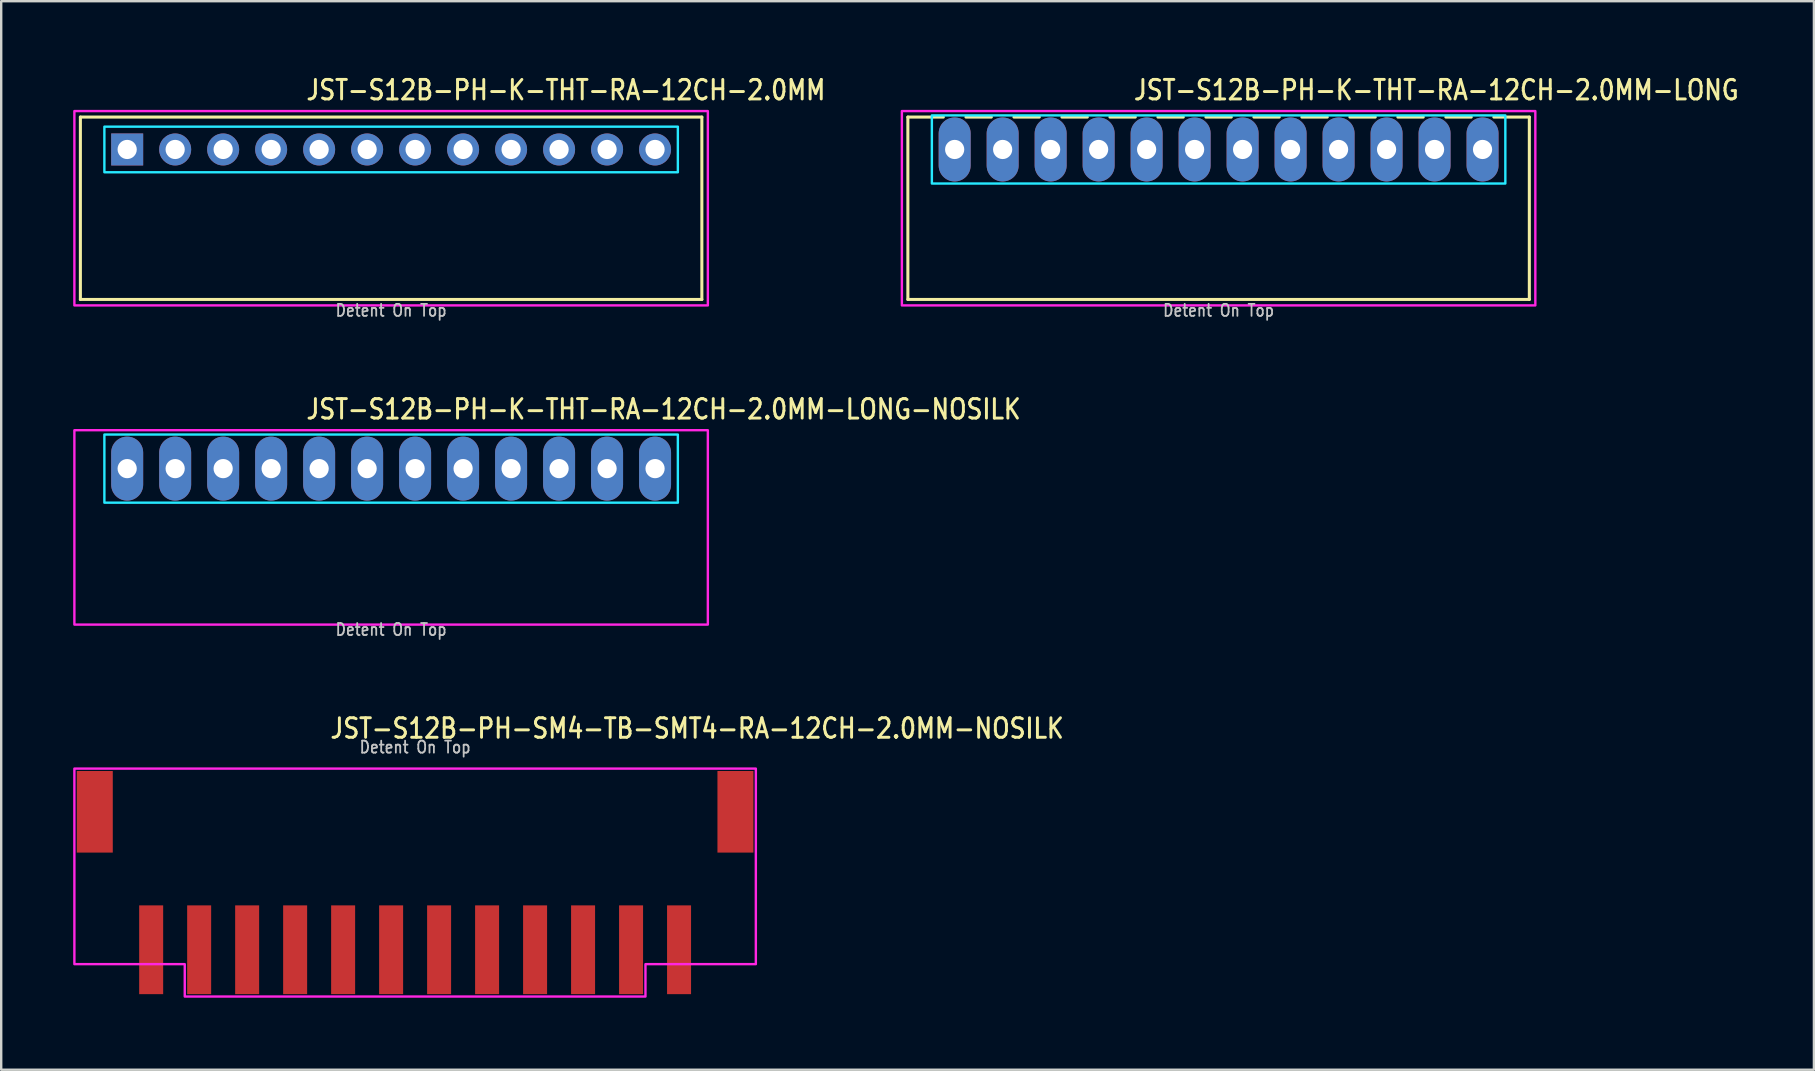
<source format=kicad_pcb>
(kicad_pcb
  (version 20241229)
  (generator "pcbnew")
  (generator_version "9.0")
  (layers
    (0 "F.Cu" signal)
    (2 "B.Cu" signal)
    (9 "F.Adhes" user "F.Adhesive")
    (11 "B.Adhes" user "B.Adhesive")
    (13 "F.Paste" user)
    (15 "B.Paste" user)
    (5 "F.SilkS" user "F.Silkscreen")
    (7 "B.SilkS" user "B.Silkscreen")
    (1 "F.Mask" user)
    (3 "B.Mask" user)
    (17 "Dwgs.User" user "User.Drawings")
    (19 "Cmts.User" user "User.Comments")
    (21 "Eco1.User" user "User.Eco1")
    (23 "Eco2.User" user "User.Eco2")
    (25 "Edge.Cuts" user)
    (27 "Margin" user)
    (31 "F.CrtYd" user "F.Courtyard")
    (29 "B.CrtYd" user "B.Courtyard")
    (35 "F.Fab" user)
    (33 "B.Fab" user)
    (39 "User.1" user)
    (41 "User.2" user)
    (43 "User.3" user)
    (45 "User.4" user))
  (footprint "JST-S12B-PH-SM4-TB-SMT4-RA-12CH-2.0MM-NOSILK"
    (layer "F.Cu")
    (at 14.25 30.782)
    (property "Reference" "JST-S12B-PH-SM4-TB-SMT4-RA-12CH-2.0MM-NOSILK" (at -3.6 -3 0) (unlocked yes) (layer "F.SilkS") (effects (font (size 0.813 0.695) (thickness 0.122)) (justify left bottom)))
    (fp_poly (pts (xy -14.2 -1.8) (xy -14.2 6.35) (xy -9.6 6.35) (xy -9.6 7.7) (xy 9.6 7.7) (xy 9.6 6.35) (xy 14.2 6.35) (xy 14.2 -1.8)) (stroke (width 0.1) (type solid)) (fill no) (layer "F.CrtYd"))
    (fp_text user "Detent On Top" (at 0 -2.4 0) (unlocked yes) (layer "Dwgs.User") (effects (font (size 0.5 0.427) (thickness 0.075)) (justify bottom)))
    (pad "P$1" smd rect (at 11 5.75) (size 1 3.7) (layers "F.Cu" "F.Mask" "F.Paste"))
    (pad "P$2" smd rect (at 9 5.75) (size 1 3.7) (layers "F.Cu" "F.Mask" "F.Paste"))
    (pad "P$3" smd rect (at 7 5.75) (size 1 3.7) (layers "F.Cu" "F.Mask" "F.Paste"))
    (pad "P$4" smd rect (at 5 5.75) (size 1 3.7) (layers "F.Cu" "F.Mask" "F.Paste"))
    (pad "P$5" smd rect (at 3 5.75) (size 1 3.7) (layers "F.Cu" "F.Mask" "F.Paste"))
    (pad "P$6" smd rect (at 1 5.75) (size 1 3.7) (layers "F.Cu" "F.Mask" "F.Paste"))
    (pad "P$7" smd rect (at -1 5.75) (size 1 3.7) (layers "F.Cu" "F.Mask" "F.Paste"))
    (pad "P$8" smd rect (at -3 5.75) (size 1 3.7) (layers "F.Cu" "F.Mask" "F.Paste"))
    (pad "P$9" smd rect (at -5 5.75) (size 1 3.7) (layers "F.Cu" "F.Mask" "F.Paste"))
    (pad "P$10" smd rect (at -7 5.75) (size 1 3.7) (layers "F.Cu" "F.Mask" "F.Paste"))
    (pad "P$11" smd rect (at -9 5.75) (size 1 3.7) (layers "F.Cu" "F.Mask" "F.Paste"))
    (pad "P$12" smd rect (at -11 5.75) (size 1 3.7) (layers "F.Cu" "F.Mask" "F.Paste"))
    (pad "S$1" smd rect (at -13.35 0) (size 1.5 3.4) (layers "F.Cu" "F.Mask" "F.Paste"))
    (pad "S$2" smd rect (at 13.35 0) (size 1.5 3.4) (layers "F.Cu" "F.Mask" "F.Paste")))
  (footprint "JST-S12B-PH-K-THT-RA-12CH-2.0MM"
    (layer "F.Cu")
    (at 13.25 3.179)
    (property "Reference" "JST-S12B-PH-K-THT-RA-12CH-2.0MM" (at -3.6 -2 0) (unlocked yes) (layer "F.SilkS") (effects (font (size 0.813 0.695) (thickness 0.122)) (justify left bottom)))
    (fp_line (start -12.95 -1.35) (end 12.95 -1.35) (stroke (width 0.127) (type solid)) (layer "F.SilkS"))
    (fp_line (start -12.95 6.25) (end -12.95 -1.35) (stroke (width 0.127) (type solid)) (layer "F.SilkS"))
    (fp_line (start -12.95 6.25) (end 12.95 6.25) (stroke (width 0.127) (type solid)) (layer "F.SilkS"))
    (fp_line (start 12.95 -1.35) (end 12.95 6.25) (stroke (width 0.127) (type solid)) (layer "F.SilkS"))
    (fp_poly (pts (xy -11.95 -0.95) (xy -11.95 0.95) (xy 11.95 0.95) (xy 11.95 -0.95)) (stroke (width 0.1) (type solid)) (fill no) (layer "B.CrtYd"))
    (fp_poly (pts (xy -13.2 -1.6) (xy -13.2 6.5) (xy 13.2 6.5) (xy 13.2 -1.6)) (stroke (width 0.1) (type solid)) (fill no) (layer "F.CrtYd"))
    (fp_text user "Detent On Top" (at 0 7 0) (unlocked yes) (layer "Dwgs.User") (effects (font (size 0.5 0.427) (thickness 0.075)) (justify bottom)))
    (pad "P$1" thru_hole rect (at -11 0) (size 1.333 1.333) (drill 0.8) (layers "*.Cu" "*.Mask"))
    (pad "P$2" thru_hole oval (at -9 0) (size 1.333 1.333) (drill 0.8) (layers "*.Cu" "*.Mask"))
    (pad "P$3" thru_hole oval (at -7 0) (size 1.333 1.333) (drill 0.8) (layers "*.Cu" "*.Mask"))
    (pad "P$4" thru_hole oval (at -5 0) (size 1.333 1.333) (drill 0.8) (layers "*.Cu" "*.Mask"))
    (pad "P$5" thru_hole oval (at -3 0) (size 1.333 1.333) (drill 0.8) (layers "*.Cu" "*.Mask"))
    (pad "P$6" thru_hole oval (at -1 0) (size 1.333 1.333) (drill 0.8) (layers "*.Cu" "*.Mask"))
    (pad "P$7" thru_hole oval (at 1 0) (size 1.333 1.333) (drill 0.8) (layers "*.Cu" "*.Mask"))
    (pad "P$8" thru_hole oval (at 3 0) (size 1.333 1.333) (drill 0.8) (layers "*.Cu" "*.Mask"))
    (pad "P$9" thru_hole oval (at 5 0) (size 1.333 1.333) (drill 0.8) (layers "*.Cu" "*.Mask"))
    (pad "P$10" thru_hole oval (at 7 0) (size 1.333 1.333) (drill 0.8) (layers "*.Cu" "*.Mask"))
    (pad "P$11" thru_hole oval (at 9 0) (size 1.333 1.333) (drill 0.8) (layers "*.Cu" "*.Mask"))
    (pad "P$12" thru_hole oval (at 11 0) (size 1.333 1.333) (drill 0.8) (layers "*.Cu" "*.Mask")))
  (footprint "JST-S12B-PH-K-THT-RA-12CH-2.0MM-LONG-NOSILK"
    (layer "F.Cu")
    (at 13.25 16.48)
    (property "Reference" "JST-S12B-PH-K-THT-RA-12CH-2.0MM-LONG-NOSILK" (at -3.6 -2 0) (unlocked yes) (layer "F.SilkS") (effects (font (size 0.813 0.695) (thickness 0.122)) (justify left bottom)))
    (fp_poly (pts (xy -11.95 -1.42) (xy -11.95 1.42) (xy 11.95 1.42) (xy 11.95 -1.42)) (stroke (width 0.1) (type solid)) (fill no) (layer "B.CrtYd"))
    (fp_poly (pts (xy -13.2 -1.6) (xy -13.2 6.5) (xy 13.2 6.5) (xy 13.2 -1.6)) (stroke (width 0.1) (type solid)) (fill no) (layer "F.CrtYd"))
    (fp_text user "Detent On Top" (at 0 7 0) (unlocked yes) (layer "Dwgs.User") (effects (font (size 0.5 0.427) (thickness 0.075)) (justify bottom)))
    (pad "P$1" thru_hole oval (at -11 0 90) (size 2.667 1.333) (drill 0.8) (layers "*.Cu" "*.Mask"))
    (pad "P$2" thru_hole oval (at -9 0 90) (size 2.667 1.333) (drill 0.8) (layers "*.Cu" "*.Mask"))
    (pad "P$3" thru_hole oval (at -7 0 90) (size 2.667 1.333) (drill 0.8) (layers "*.Cu" "*.Mask"))
    (pad "P$4" thru_hole oval (at -5 0 90) (size 2.667 1.333) (drill 0.8) (layers "*.Cu" "*.Mask"))
    (pad "P$5" thru_hole oval (at -3 0 90) (size 2.667 1.333) (drill 0.8) (layers "*.Cu" "*.Mask"))
    (pad "P$6" thru_hole oval (at -1 0 90) (size 2.667 1.333) (drill 0.8) (layers "*.Cu" "*.Mask"))
    (pad "P$7" thru_hole oval (at 1 0 90) (size 2.667 1.333) (drill 0.8) (layers "*.Cu" "*.Mask"))
    (pad "P$8" thru_hole oval (at 3 0 90) (size 2.667 1.333) (drill 0.8) (layers "*.Cu" "*.Mask"))
    (pad "P$9" thru_hole oval (at 5 0 90) (size 2.667 1.333) (drill 0.8) (layers "*.Cu" "*.Mask"))
    (pad "P$10" thru_hole oval (at 7 0 90) (size 2.667 1.333) (drill 0.8) (layers "*.Cu" "*.Mask"))
    (pad "P$11" thru_hole oval (at 9 0 90) (size 2.667 1.333) (drill 0.8) (layers "*.Cu" "*.Mask"))
    (pad "P$12" thru_hole oval (at 11 0 90) (size 2.667 1.333) (drill 0.8) (layers "*.Cu" "*.Mask")))
  (footprint "JST-S12B-PH-K-THT-RA-12CH-2.0MM-LONG"
    (layer "F.Cu")
    (at 47.736 3.179)
    (property "Reference" "JST-S12B-PH-K-THT-RA-12CH-2.0MM-LONG" (at -3.6 -2 0) (unlocked yes) (layer "F.SilkS") (effects (font (size 0.813 0.695) (thickness 0.122)) (justify left bottom)))
    (fp_line (start -12.95 -1.35) (end -11.471 -1.35) (stroke (width 0.127) (type solid)) (layer "F.SilkS"))
    (fp_line (start -12.95 6.25) (end -12.95 -1.35) (stroke (width 0.127) (type solid)) (layer "F.SilkS"))
    (fp_line (start -12.95 6.25) (end 12.95 6.25) (stroke (width 0.127) (type solid)) (layer "F.SilkS"))
    (fp_line (start -10.529 -1.35) (end -9.471 -1.35) (stroke (width 0.127) (type solid)) (layer "F.SilkS"))
    (fp_line (start -8.529 -1.35) (end -7.471 -1.35) (stroke (width 0.127) (type solid)) (layer "F.SilkS"))
    (fp_line (start -6.529 -1.35) (end -5.471 -1.35) (stroke (width 0.127) (type solid)) (layer "F.SilkS"))
    (fp_line (start -4.529 -1.35) (end -3.471 -1.35) (stroke (width 0.127) (type solid)) (layer "F.SilkS"))
    (fp_line (start -2.529 -1.35) (end -1.471 -1.35) (stroke (width 0.127) (type solid)) (layer "F.SilkS"))
    (fp_line (start -0.529 -1.35) (end 0.529 -1.35) (stroke (width 0.127) (type solid)) (layer "F.SilkS"))
    (fp_line (start 1.471 -1.35) (end 2.529 -1.35) (stroke (width 0.127) (type solid)) (layer "F.SilkS"))
    (fp_line (start 3.471 -1.35) (end 4.529 -1.35) (stroke (width 0.127) (type solid)) (layer "F.SilkS"))
    (fp_line (start 5.471 -1.35) (end 6.529 -1.35) (stroke (width 0.127) (type solid)) (layer "F.SilkS"))
    (fp_line (start 7.471 -1.35) (end 8.529 -1.35) (stroke (width 0.127) (type solid)) (layer "F.SilkS"))
    (fp_line (start 9.471 -1.35) (end 10.529 -1.35) (stroke (width 0.127) (type solid)) (layer "F.SilkS"))
    (fp_line (start 11.471 -1.35) (end 12.95 -1.35) (stroke (width 0.127) (type solid)) (layer "F.SilkS"))
    (fp_line (start 12.95 -1.35) (end 12.95 6.25) (stroke (width 0.127) (type solid)) (layer "F.SilkS"))
    (fp_poly (pts (xy -11.95 -1.42) (xy -11.95 1.42) (xy 11.95 1.42) (xy 11.95 -1.42)) (stroke (width 0.1) (type solid)) (fill no) (layer "B.CrtYd"))
    (fp_poly (pts (xy -13.2 -1.6) (xy -13.2 6.5) (xy 13.2 6.5) (xy 13.2 -1.6)) (stroke (width 0.1) (type solid)) (fill no) (layer "F.CrtYd"))
    (fp_text user "Detent On Top" (at 0 7 0) (unlocked yes) (layer "Dwgs.User") (effects (font (size 0.5 0.427) (thickness 0.075)) (justify bottom)))
    (pad "P$1" thru_hole oval (at -11 0 90) (size 2.667 1.333) (drill 0.8) (layers "*.Cu" "*.Mask"))
    (pad "P$2" thru_hole oval (at -9 0 90) (size 2.667 1.333) (drill 0.8) (layers "*.Cu" "*.Mask"))
    (pad "P$3" thru_hole oval (at -7 0 90) (size 2.667 1.333) (drill 0.8) (layers "*.Cu" "*.Mask"))
    (pad "P$4" thru_hole oval (at -5 0 90) (size 2.667 1.333) (drill 0.8) (layers "*.Cu" "*.Mask"))
    (pad "P$5" thru_hole oval (at -3 0 90) (size 2.667 1.333) (drill 0.8) (layers "*.Cu" "*.Mask"))
    (pad "P$6" thru_hole oval (at -1 0 90) (size 2.667 1.333) (drill 0.8) (layers "*.Cu" "*.Mask"))
    (pad "P$7" thru_hole oval (at 1 0 90) (size 2.667 1.333) (drill 0.8) (layers "*.Cu" "*.Mask"))
    (pad "P$8" thru_hole oval (at 3 0 90) (size 2.667 1.333) (drill 0.8) (layers "*.Cu" "*.Mask"))
    (pad "P$9" thru_hole oval (at 5 0 90) (size 2.667 1.333) (drill 0.8) (layers "*.Cu" "*.Mask"))
    (pad "P$10" thru_hole oval (at 7 0 90) (size 2.667 1.333) (drill 0.8) (layers "*.Cu" "*.Mask"))
    (pad "P$11" thru_hole oval (at 9 0 90) (size 2.667 1.333) (drill 0.8) (layers "*.Cu" "*.Mask"))
    (pad "P$12" thru_hole oval (at 11 0 90) (size 2.667 1.333) (drill 0.8) (layers "*.Cu" "*.Mask")))
  (gr_rect
    (start -3 -3)
    (end 72.546 41.532)
    (stroke (width 0.1) (type default))
    (fill no)
    (layer "Edge.Cuts")))
</source>
